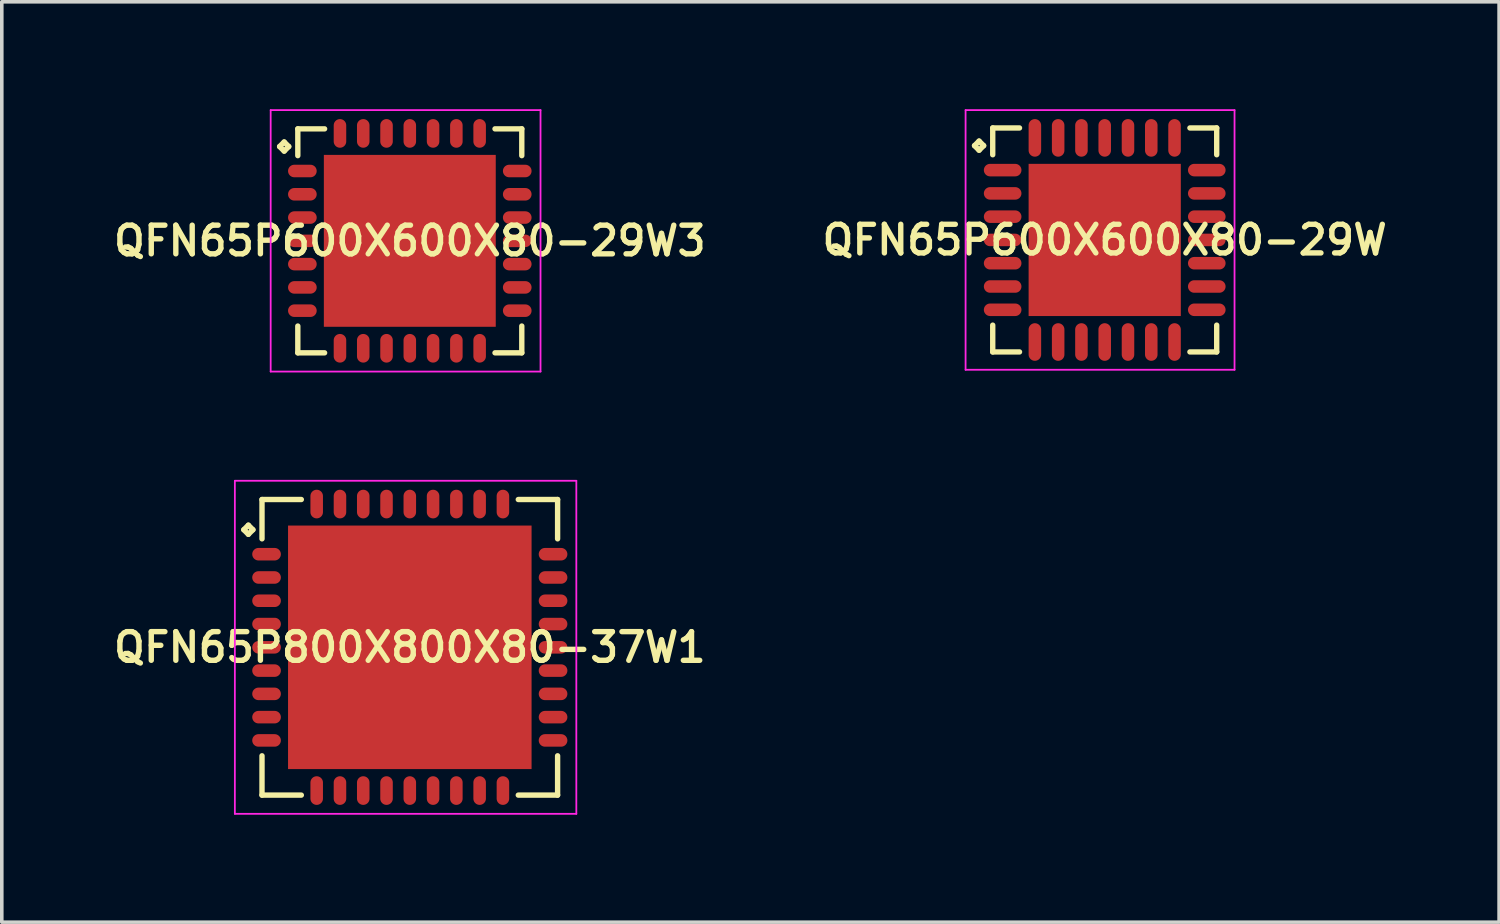
<source format=kicad_pcb>
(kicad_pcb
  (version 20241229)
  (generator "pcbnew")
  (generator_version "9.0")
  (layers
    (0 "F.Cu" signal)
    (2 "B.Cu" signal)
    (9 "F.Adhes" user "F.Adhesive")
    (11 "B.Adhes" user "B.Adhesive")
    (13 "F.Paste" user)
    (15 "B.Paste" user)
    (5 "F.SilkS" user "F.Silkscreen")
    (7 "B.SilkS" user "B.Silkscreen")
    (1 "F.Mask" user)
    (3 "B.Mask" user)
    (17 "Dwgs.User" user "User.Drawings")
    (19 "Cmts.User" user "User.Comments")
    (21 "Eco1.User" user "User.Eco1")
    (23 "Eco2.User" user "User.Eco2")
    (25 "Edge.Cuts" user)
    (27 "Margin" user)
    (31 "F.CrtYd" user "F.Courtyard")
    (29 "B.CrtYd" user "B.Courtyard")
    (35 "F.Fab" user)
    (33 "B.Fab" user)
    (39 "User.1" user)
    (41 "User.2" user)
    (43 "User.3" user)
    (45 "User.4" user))
  (footprint "QFN65P600X600X80-29W3"
    (layer "F.Cu")
    (at 8.393 3.675)
    (property "Reference" "QFN65P600X600X80-29W3" (at 0 0 0) (layer "F.SilkS") (effects (font (size 0.8 0.8) (thickness 0.15))))
    (attr smd)
    (fp_line (start -3.635 -2.633) (end -3.508 -2.76) (stroke (width 0.15) (type solid)) (layer "F.SilkS"))
    (fp_line (start -3.508 -2.76) (end -3.381 -2.633) (stroke (width 0.15) (type solid)) (layer "F.SilkS"))
    (fp_line (start -3.508 -2.506) (end -3.635 -2.633) (stroke (width 0.15) (type solid)) (layer "F.SilkS"))
    (fp_line (start -3.381 -2.633) (end -3.508 -2.506) (stroke (width 0.15) (type solid)) (layer "F.SilkS"))
    (fp_line (start -3.127 -3.127) (end -2.379 -3.127) (stroke (width 0.15) (type solid)) (layer "F.SilkS"))
    (fp_line (start -3.127 -2.379) (end -3.127 -3.127) (stroke (width 0.15) (type solid)) (layer "F.SilkS"))
    (fp_line (start -3.127 2.379) (end -3.127 3.127) (stroke (width 0.15) (type solid)) (layer "F.SilkS"))
    (fp_line (start -3.127 3.127) (end -2.379 3.127) (stroke (width 0.15) (type solid)) (layer "F.SilkS"))
    (fp_line (start 2.379 -3.127) (end 3.127 -3.127) (stroke (width 0.15) (type solid)) (layer "F.SilkS"))
    (fp_line (start 2.379 3.127) (end 3.127 3.127) (stroke (width 0.15) (type solid)) (layer "F.SilkS"))
    (fp_line (start 3.127 -3.127) (end 3.127 -2.379) (stroke (width 0.15) (type solid)) (layer "F.SilkS"))
    (fp_line (start 3.127 3.127) (end 3.127 2.379) (stroke (width 0.15) (type solid)) (layer "F.SilkS"))
    (fp_line (start -3.885 -3.65) (end 3.65 -3.65) (stroke (width 0.05) (type solid)) (layer "F.CrtYd"))
    (fp_line (start -3.885 3.65) (end -3.885 -3.65) (stroke (width 0.05) (type solid)) (layer "F.CrtYd"))
    (fp_line (start 3.65 -3.65) (end 3.65 3.65) (stroke (width 0.05) (type solid)) (layer "F.CrtYd"))
    (fp_line (start 3.65 3.65) (end -3.885 3.65) (stroke (width 0.05) (type solid)) (layer "F.CrtYd"))
    (pad "1" smd oval (at -3 -1.95) (size 0.8 0.35) (layers "F.Cu" "F.Mask" "F.Paste"))
    (pad "2" smd oval (at -3 -1.3) (size 0.8 0.35) (layers "F.Cu" "F.Mask" "F.Paste"))
    (pad "3" smd oval (at -3 -0.65) (size 0.8 0.35) (layers "F.Cu" "F.Mask" "F.Paste"))
    (pad "4" smd oval (at -3 0) (size 0.8 0.35) (layers "F.Cu" "F.Mask" "F.Paste"))
    (pad "5" smd oval (at -3 0.65) (size 0.8 0.35) (layers "F.Cu" "F.Mask" "F.Paste"))
    (pad "6" smd oval (at -3 1.3) (size 0.8 0.35) (layers "F.Cu" "F.Mask" "F.Paste"))
    (pad "7" smd oval (at -3 1.95) (size 0.8 0.35) (layers "F.Cu" "F.Mask" "F.Paste"))
    (pad "8" smd oval (at -1.95 3) (size 0.35 0.8) (layers "F.Cu" "F.Mask" "F.Paste"))
    (pad "9" smd oval (at -1.3 3) (size 0.35 0.8) (layers "F.Cu" "F.Mask" "F.Paste"))
    (pad "10" smd oval (at -0.65 3) (size 0.35 0.8) (layers "F.Cu" "F.Mask" "F.Paste"))
    (pad "11" smd oval (at 0 3) (size 0.35 0.8) (layers "F.Cu" "F.Mask" "F.Paste"))
    (pad "12" smd oval (at 0.65 3) (size 0.35 0.8) (layers "F.Cu" "F.Mask" "F.Paste"))
    (pad "13" smd oval (at 1.3 3) (size 0.35 0.8) (layers "F.Cu" "F.Mask" "F.Paste"))
    (pad "14" smd oval (at 1.95 3) (size 0.35 0.8) (layers "F.Cu" "F.Mask" "F.Paste"))
    (pad "15" smd oval (at 3 1.95) (size 0.8 0.35) (layers "F.Cu" "F.Mask" "F.Paste"))
    (pad "16" smd oval (at 3 1.3) (size 0.8 0.35) (layers "F.Cu" "F.Mask" "F.Paste"))
    (pad "17" smd oval (at 3 0.65) (size 0.8 0.35) (layers "F.Cu" "F.Mask" "F.Paste"))
    (pad "18" smd oval (at 3 0) (size 0.8 0.35) (layers "F.Cu" "F.Mask" "F.Paste"))
    (pad "19" smd oval (at 3 -0.65) (size 0.8 0.35) (layers "F.Cu" "F.Mask" "F.Paste"))
    (pad "20" smd oval (at 3 -1.3) (size 0.8 0.35) (layers "F.Cu" "F.Mask" "F.Paste"))
    (pad "21" smd oval (at 3 -1.95) (size 0.8 0.35) (layers "F.Cu" "F.Mask" "F.Paste"))
    (pad "22" smd oval (at 1.95 -3) (size 0.35 0.8) (layers "F.Cu" "F.Mask" "F.Paste"))
    (pad "23" smd oval (at 1.3 -3) (size 0.35 0.8) (layers "F.Cu" "F.Mask" "F.Paste"))
    (pad "24" smd oval (at 0.65 -3) (size 0.35 0.8) (layers "F.Cu" "F.Mask" "F.Paste"))
    (pad "25" smd oval (at 0 -3) (size 0.35 0.8) (layers "F.Cu" "F.Mask" "F.Paste"))
    (pad "26" smd oval (at -0.65 -3) (size 0.35 0.8) (layers "F.Cu" "F.Mask" "F.Paste"))
    (pad "27" smd oval (at -1.3 -3) (size 0.35 0.8) (layers "F.Cu" "F.Mask" "F.Paste"))
    (pad "28" smd oval (at -1.95 -3) (size 0.35 0.8) (layers "F.Cu" "F.Mask" "F.Paste"))
    (pad "29" smd rect (at 0 0) (size 4.8 4.8) (layers "F.Cu" "F.Mask" "F.Paste")))
  (footprint "QFN65P800X800X80-37W1"
    (layer "F.Cu")
    (at 8.393 15.025)
    (property "Reference" "QFN65P800X800X80-37W1" (at 0 0 0) (layer "F.SilkS") (effects (font (size 0.8 0.8) (thickness 0.15))))
    (attr smd)
    (fp_line (start -4.635 -3.283) (end -4.508 -3.41) (stroke (width 0.15) (type solid)) (layer "F.SilkS"))
    (fp_line (start -4.508 -3.41) (end -4.381 -3.283) (stroke (width 0.15) (type solid)) (layer "F.SilkS"))
    (fp_line (start -4.508 -3.156) (end -4.635 -3.283) (stroke (width 0.15) (type solid)) (layer "F.SilkS"))
    (fp_line (start -4.381 -3.283) (end -4.508 -3.156) (stroke (width 0.15) (type solid)) (layer "F.SilkS"))
    (fp_line (start -4.127 -4.127) (end -3.029 -4.127) (stroke (width 0.15) (type solid)) (layer "F.SilkS"))
    (fp_line (start -4.127 -3.029) (end -4.127 -4.127) (stroke (width 0.15) (type solid)) (layer "F.SilkS"))
    (fp_line (start -4.127 3.029) (end -4.127 4.127) (stroke (width 0.15) (type solid)) (layer "F.SilkS"))
    (fp_line (start -4.127 4.127) (end -3.029 4.127) (stroke (width 0.15) (type solid)) (layer "F.SilkS"))
    (fp_line (start 3.029 -4.127) (end 4.127 -4.127) (stroke (width 0.15) (type solid)) (layer "F.SilkS"))
    (fp_line (start 3.029 4.127) (end 4.127 4.127) (stroke (width 0.15) (type solid)) (layer "F.SilkS"))
    (fp_line (start 4.127 -4.127) (end 4.127 -3.029) (stroke (width 0.15) (type solid)) (layer "F.SilkS"))
    (fp_line (start 4.127 4.127) (end 4.127 3.029) (stroke (width 0.15) (type solid)) (layer "F.SilkS"))
    (fp_line (start -4.885 -4.65) (end 4.65 -4.65) (stroke (width 0.05) (type solid)) (layer "F.CrtYd"))
    (fp_line (start -4.885 4.65) (end -4.885 -4.65) (stroke (width 0.05) (type solid)) (layer "F.CrtYd"))
    (fp_line (start 4.65 -4.65) (end 4.65 4.65) (stroke (width 0.05) (type solid)) (layer "F.CrtYd"))
    (fp_line (start 4.65 4.65) (end -4.885 4.65) (stroke (width 0.05) (type solid)) (layer "F.CrtYd"))
    (pad "1" smd oval (at -4 -2.6) (size 0.8 0.35) (layers "F.Cu" "F.Mask" "F.Paste"))
    (pad "2" smd oval (at -4 -1.95) (size 0.8 0.35) (layers "F.Cu" "F.Mask" "F.Paste"))
    (pad "3" smd oval (at -4 -1.3) (size 0.8 0.35) (layers "F.Cu" "F.Mask" "F.Paste"))
    (pad "4" smd oval (at -4 -0.65) (size 0.8 0.35) (layers "F.Cu" "F.Mask" "F.Paste"))
    (pad "5" smd oval (at -4 0) (size 0.8 0.35) (layers "F.Cu" "F.Mask" "F.Paste"))
    (pad "6" smd oval (at -4 0.65) (size 0.8 0.35) (layers "F.Cu" "F.Mask" "F.Paste"))
    (pad "7" smd oval (at -4 1.3) (size 0.8 0.35) (layers "F.Cu" "F.Mask" "F.Paste"))
    (pad "8" smd oval (at -4 1.95) (size 0.8 0.35) (layers "F.Cu" "F.Mask" "F.Paste"))
    (pad "9" smd oval (at -4 2.6) (size 0.8 0.35) (layers "F.Cu" "F.Mask" "F.Paste"))
    (pad "10" smd oval (at -2.6 4) (size 0.35 0.8) (layers "F.Cu" "F.Mask" "F.Paste"))
    (pad "11" smd oval (at -1.95 4) (size 0.35 0.8) (layers "F.Cu" "F.Mask" "F.Paste"))
    (pad "12" smd oval (at -1.3 4) (size 0.35 0.8) (layers "F.Cu" "F.Mask" "F.Paste"))
    (pad "13" smd oval (at -0.65 4) (size 0.35 0.8) (layers "F.Cu" "F.Mask" "F.Paste"))
    (pad "14" smd oval (at 0 4) (size 0.35 0.8) (layers "F.Cu" "F.Mask" "F.Paste"))
    (pad "15" smd oval (at 0.65 4) (size 0.35 0.8) (layers "F.Cu" "F.Mask" "F.Paste"))
    (pad "16" smd oval (at 1.3 4) (size 0.35 0.8) (layers "F.Cu" "F.Mask" "F.Paste"))
    (pad "17" smd oval (at 1.95 4) (size 0.35 0.8) (layers "F.Cu" "F.Mask" "F.Paste"))
    (pad "18" smd oval (at 2.6 4) (size 0.35 0.8) (layers "F.Cu" "F.Mask" "F.Paste"))
    (pad "19" smd oval (at 4 2.6) (size 0.8 0.35) (layers "F.Cu" "F.Mask" "F.Paste"))
    (pad "20" smd oval (at 4 1.95) (size 0.8 0.35) (layers "F.Cu" "F.Mask" "F.Paste"))
    (pad "21" smd oval (at 4 1.3) (size 0.8 0.35) (layers "F.Cu" "F.Mask" "F.Paste"))
    (pad "22" smd oval (at 4 0.65) (size 0.8 0.35) (layers "F.Cu" "F.Mask" "F.Paste"))
    (pad "23" smd oval (at 4 0) (size 0.8 0.35) (layers "F.Cu" "F.Mask" "F.Paste"))
    (pad "24" smd oval (at 4 -0.65) (size 0.8 0.35) (layers "F.Cu" "F.Mask" "F.Paste"))
    (pad "25" smd oval (at 4 -1.3) (size 0.8 0.35) (layers "F.Cu" "F.Mask" "F.Paste"))
    (pad "26" smd oval (at 4 -1.95) (size 0.8 0.35) (layers "F.Cu" "F.Mask" "F.Paste"))
    (pad "27" smd oval (at 4 -2.6) (size 0.8 0.35) (layers "F.Cu" "F.Mask" "F.Paste"))
    (pad "28" smd oval (at 2.6 -4) (size 0.35 0.8) (layers "F.Cu" "F.Mask" "F.Paste"))
    (pad "29" smd oval (at 1.95 -4) (size 0.35 0.8) (layers "F.Cu" "F.Mask" "F.Paste"))
    (pad "30" smd oval (at 1.3 -4) (size 0.35 0.8) (layers "F.Cu" "F.Mask" "F.Paste"))
    (pad "31" smd oval (at 0.65 -4) (size 0.35 0.8) (layers "F.Cu" "F.Mask" "F.Paste"))
    (pad "32" smd oval (at 0 -4) (size 0.35 0.8) (layers "F.Cu" "F.Mask" "F.Paste"))
    (pad "33" smd oval (at -0.65 -4) (size 0.35 0.8) (layers "F.Cu" "F.Mask" "F.Paste"))
    (pad "34" smd oval (at -1.3 -4) (size 0.35 0.8) (layers "F.Cu" "F.Mask" "F.Paste"))
    (pad "35" smd oval (at -1.95 -4) (size 0.35 0.8) (layers "F.Cu" "F.Mask" "F.Paste"))
    (pad "36" smd oval (at -2.6 -4) (size 0.35 0.8) (layers "F.Cu" "F.Mask" "F.Paste"))
    (pad "37" smd rect (at 0 0) (size 6.8 6.8) (layers "F.Cu" "F.Mask" "F.Paste")))
  (footprint "QFN65P600X600X80-29W"
    (layer "F.Cu")
    (at 27.797 3.65)
    (property "Reference" "QFN65P600X600X80-29W" (at 0 0 0) (layer "F.SilkS") (effects (font (size 0.8 0.8) (thickness 0.15))))
    (attr smd)
    (fp_line (start -3.635 -2.633) (end -3.508 -2.76) (stroke (width 0.15) (type solid)) (layer "F.SilkS"))
    (fp_line (start -3.508 -2.76) (end -3.381 -2.633) (stroke (width 0.15) (type solid)) (layer "F.SilkS"))
    (fp_line (start -3.508 -2.506) (end -3.635 -2.633) (stroke (width 0.15) (type solid)) (layer "F.SilkS"))
    (fp_line (start -3.381 -2.633) (end -3.508 -2.506) (stroke (width 0.15) (type solid)) (layer "F.SilkS"))
    (fp_line (start -3.127 -3.127) (end -2.379 -3.127) (stroke (width 0.15) (type solid)) (layer "F.SilkS"))
    (fp_line (start -3.127 -2.379) (end -3.127 -3.127) (stroke (width 0.15) (type solid)) (layer "F.SilkS"))
    (fp_line (start -3.127 2.379) (end -3.127 3.127) (stroke (width 0.15) (type solid)) (layer "F.SilkS"))
    (fp_line (start -3.127 3.127) (end -2.379 3.127) (stroke (width 0.15) (type solid)) (layer "F.SilkS"))
    (fp_line (start 2.379 -3.127) (end 3.127 -3.127) (stroke (width 0.15) (type solid)) (layer "F.SilkS"))
    (fp_line (start 2.379 3.127) (end 3.127 3.127) (stroke (width 0.15) (type solid)) (layer "F.SilkS"))
    (fp_line (start 3.127 -3.127) (end 3.127 -2.379) (stroke (width 0.15) (type solid)) (layer "F.SilkS"))
    (fp_line (start 3.127 3.127) (end 3.127 2.379) (stroke (width 0.15) (type solid)) (layer "F.SilkS"))
    (fp_line (start -3.885 -3.625) (end 3.625 -3.625) (stroke (width 0.05) (type solid)) (layer "F.CrtYd"))
    (fp_line (start -3.885 3.625) (end -3.885 -3.625) (stroke (width 0.05) (type solid)) (layer "F.CrtYd"))
    (fp_line (start 3.625 -3.625) (end 3.625 3.625) (stroke (width 0.05) (type solid)) (layer "F.CrtYd"))
    (fp_line (start 3.625 3.625) (end -3.885 3.625) (stroke (width 0.05) (type solid)) (layer "F.CrtYd"))
    (pad "1" smd oval (at -2.85 -1.95) (size 1.05 0.35) (layers "F.Cu" "F.Mask" "F.Paste"))
    (pad "2" smd oval (at -2.85 -1.3) (size 1.05 0.35) (layers "F.Cu" "F.Mask" "F.Paste"))
    (pad "3" smd oval (at -2.85 -0.65) (size 1.05 0.35) (layers "F.Cu" "F.Mask" "F.Paste"))
    (pad "4" smd oval (at -2.85 0) (size 1.05 0.35) (layers "F.Cu" "F.Mask" "F.Paste"))
    (pad "5" smd oval (at -2.85 0.65) (size 1.05 0.35) (layers "F.Cu" "F.Mask" "F.Paste"))
    (pad "6" smd oval (at -2.85 1.3) (size 1.05 0.35) (layers "F.Cu" "F.Mask" "F.Paste"))
    (pad "7" smd oval (at -2.85 1.95) (size 1.05 0.35) (layers "F.Cu" "F.Mask" "F.Paste"))
    (pad "8" smd oval (at -1.95 2.85) (size 0.35 1.05) (layers "F.Cu" "F.Mask" "F.Paste"))
    (pad "9" smd oval (at -1.3 2.85) (size 0.35 1.05) (layers "F.Cu" "F.Mask" "F.Paste"))
    (pad "10" smd oval (at -0.65 2.85) (size 0.35 1.05) (layers "F.Cu" "F.Mask" "F.Paste"))
    (pad "11" smd oval (at 0 2.85) (size 0.35 1.05) (layers "F.Cu" "F.Mask" "F.Paste"))
    (pad "12" smd oval (at 0.65 2.85) (size 0.35 1.05) (layers "F.Cu" "F.Mask" "F.Paste"))
    (pad "13" smd oval (at 1.3 2.85) (size 0.35 1.05) (layers "F.Cu" "F.Mask" "F.Paste"))
    (pad "14" smd oval (at 1.95 2.85) (size 0.35 1.05) (layers "F.Cu" "F.Mask" "F.Paste"))
    (pad "15" smd oval (at 2.85 1.95) (size 1.05 0.35) (layers "F.Cu" "F.Mask" "F.Paste"))
    (pad "16" smd oval (at 2.85 1.3) (size 1.05 0.35) (layers "F.Cu" "F.Mask" "F.Paste"))
    (pad "17" smd oval (at 2.85 0.65) (size 1.05 0.35) (layers "F.Cu" "F.Mask" "F.Paste"))
    (pad "18" smd oval (at 2.85 0) (size 1.05 0.35) (layers "F.Cu" "F.Mask" "F.Paste"))
    (pad "19" smd oval (at 2.85 -0.65) (size 1.05 0.35) (layers "F.Cu" "F.Mask" "F.Paste"))
    (pad "20" smd oval (at 2.85 -1.3) (size 1.05 0.35) (layers "F.Cu" "F.Mask" "F.Paste"))
    (pad "21" smd oval (at 2.85 -1.95) (size 1.05 0.35) (layers "F.Cu" "F.Mask" "F.Paste"))
    (pad "22" smd oval (at 1.95 -2.85) (size 0.35 1.05) (layers "F.Cu" "F.Mask" "F.Paste"))
    (pad "23" smd oval (at 1.3 -2.85) (size 0.35 1.05) (layers "F.Cu" "F.Mask" "F.Paste"))
    (pad "24" smd oval (at 0.65 -2.85) (size 0.35 1.05) (layers "F.Cu" "F.Mask" "F.Paste"))
    (pad "25" smd oval (at 0 -2.85) (size 0.35 1.05) (layers "F.Cu" "F.Mask" "F.Paste"))
    (pad "26" smd oval (at -0.65 -2.85) (size 0.35 1.05) (layers "F.Cu" "F.Mask" "F.Paste"))
    (pad "27" smd oval (at -1.3 -2.85) (size 0.35 1.05) (layers "F.Cu" "F.Mask" "F.Paste"))
    (pad "28" smd oval (at -1.95 -2.85) (size 0.35 1.05) (layers "F.Cu" "F.Mask" "F.Paste"))
    (pad "29" smd rect (at 0 0) (size 4.25 4.25) (layers "F.Cu" "F.Mask" "F.Paste")))
  (gr_rect
    (start -3 -3)
    (end 38.809 22.7)
    (stroke (width 0.1) (type default))
    (fill no)
    (layer "Edge.Cuts")))
</source>
